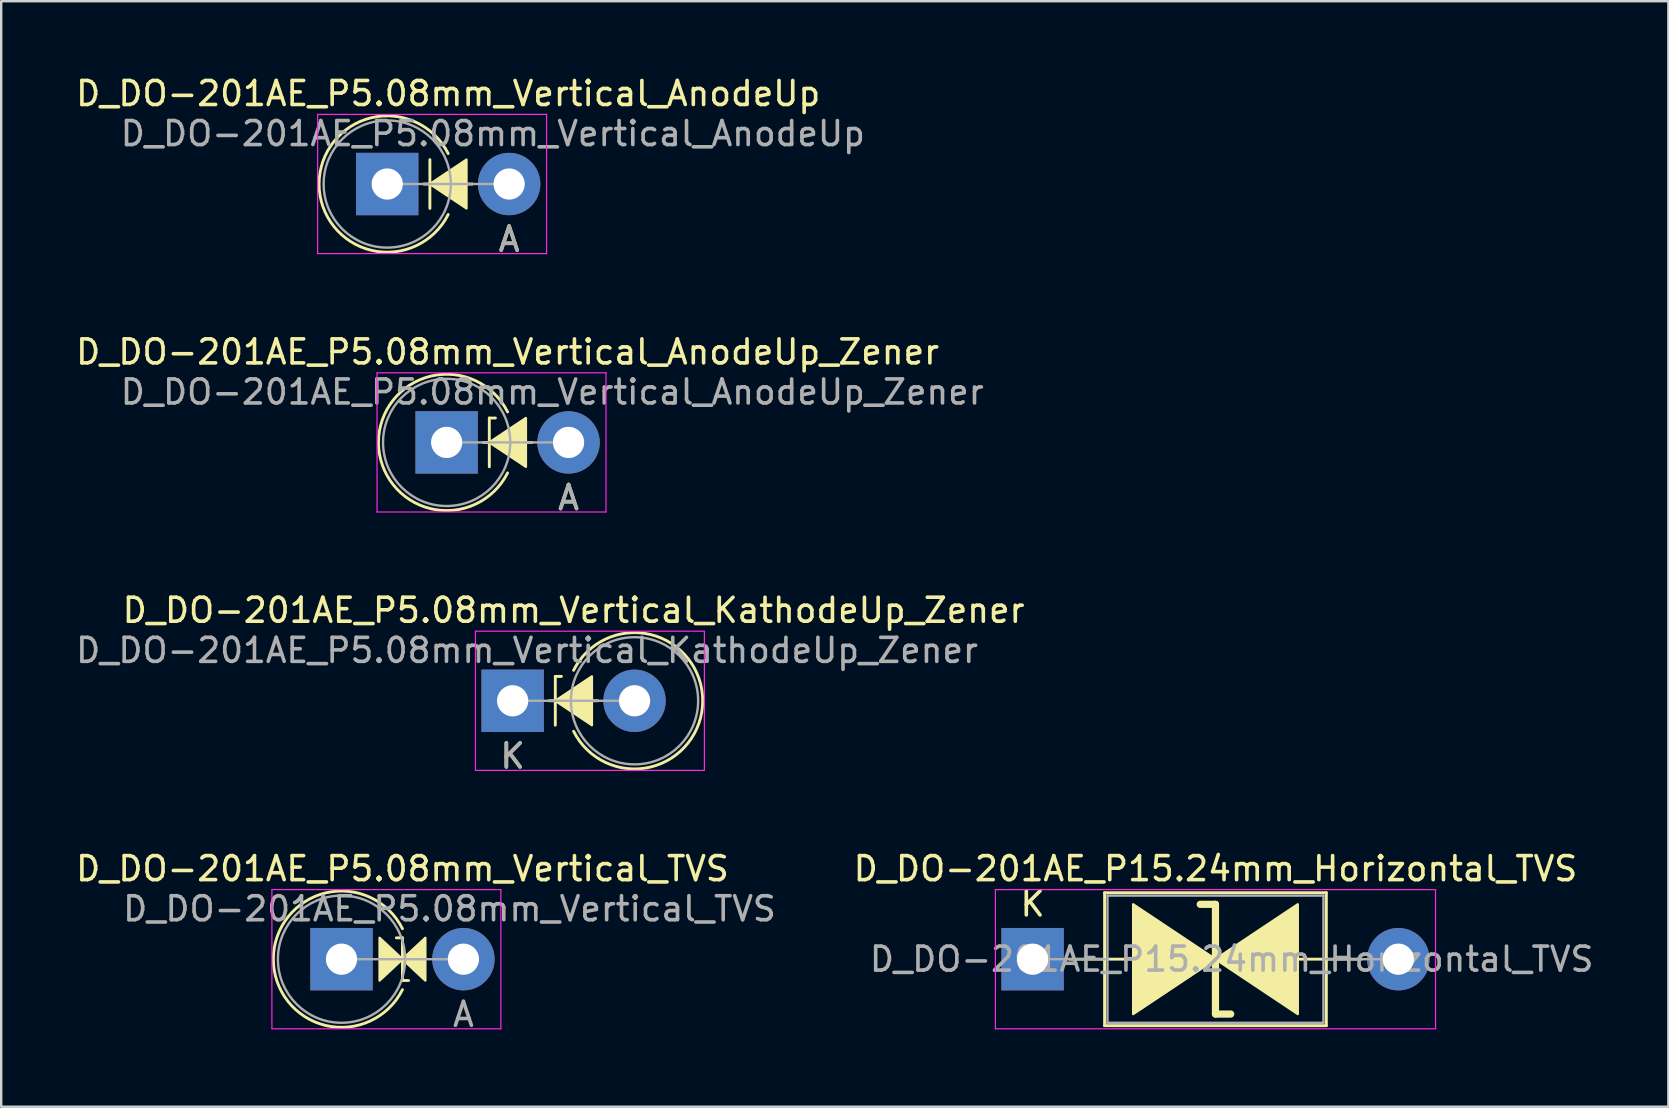
<source format=kicad_pcb>
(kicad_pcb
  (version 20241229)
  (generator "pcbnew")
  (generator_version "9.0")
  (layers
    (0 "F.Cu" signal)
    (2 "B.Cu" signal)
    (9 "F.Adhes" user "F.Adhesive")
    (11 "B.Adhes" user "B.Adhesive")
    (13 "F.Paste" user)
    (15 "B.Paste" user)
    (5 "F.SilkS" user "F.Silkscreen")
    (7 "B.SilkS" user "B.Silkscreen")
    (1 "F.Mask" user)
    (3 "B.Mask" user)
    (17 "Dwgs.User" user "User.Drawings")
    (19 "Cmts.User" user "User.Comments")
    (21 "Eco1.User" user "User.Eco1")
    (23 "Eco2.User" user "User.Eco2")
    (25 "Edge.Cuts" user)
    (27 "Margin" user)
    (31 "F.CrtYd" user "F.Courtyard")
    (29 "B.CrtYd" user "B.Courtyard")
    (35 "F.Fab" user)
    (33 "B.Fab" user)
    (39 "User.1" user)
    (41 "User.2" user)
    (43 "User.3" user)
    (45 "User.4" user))
  (footprint "D_DO-201AE_P5.08mm_Vertical_AnodeUp_Zener"
    (layer "F.Cu")
    (at 15.561 15.385)
    (property "Reference" "D_DO-201AE_P5.08mm_Vertical_AnodeUp_Zener" (at 2.54 -3.77 0) (layer "F.SilkS") (effects (font (size 1 1) (thickness 0.15))))
    (attr through_hole)
    (fp_line (start 1.524 0) (end 3.556 0) (stroke (width 0.12) (type solid)) (layer "F.SilkS"))
    (fp_line (start 1.778 -1.016) (end 2.032 -1.016) (stroke (width 0.12) (type solid)) (layer "F.SilkS"))
    (fp_line (start 1.778 1.016) (end 1.778 -1.016) (stroke (width 0.12) (type solid)) (layer "F.SilkS"))
    (fp_arc (start 2.539999 1.27) (mid -2.839805 0.000001) (end 2.539999 -1.269999) (stroke (width 0.12) (type solid)) (layer "F.SilkS"))
    (fp_poly (pts (xy 3.302 1.016) (xy 1.778 0) (xy 3.302 -1.016)) (stroke (width 0.1) (type solid)) (fill yes) (layer "F.SilkS"))
    (fp_line (start -2.9 -2.9) (end -2.9 2.9) (stroke (width 0.05) (type solid)) (layer "F.CrtYd"))
    (fp_line (start -2.9 2.9) (end 6.64 2.9) (stroke (width 0.05) (type solid)) (layer "F.CrtYd"))
    (fp_line (start 6.64 -2.9) (end -2.9 -2.9) (stroke (width 0.05) (type solid)) (layer "F.CrtYd"))
    (fp_line (start 6.64 2.9) (end 6.64 -2.9) (stroke (width 0.05) (type solid)) (layer "F.CrtYd"))
    (fp_line (start 0 0) (end 5.08 0) (stroke (width 0.1) (type solid)) (layer "F.Fab"))
    (fp_circle (center 0 0) (end 2.65 0) (stroke (width 0.1) (type solid)) (fill no) (layer "F.Fab"))
    (fp_text user "A" (at 5.08 2.3 0) (layer "F.SilkS") (effects (font (size 1 1) (thickness 0.15))))
    (fp_text user "A" (at 5.08 2.3 0) (layer "F.Fab") (effects (font (size 1 1) (thickness 0.15))))
    (fp_text user "${REFERENCE}" (at 4.4 -2.1 0) (layer "F.Fab") (effects (font (size 1 1) (thickness 0.15))))
    (pad "1" thru_hole rect (at 0 0) (size 2.6 2.6) (drill 1.3) (layers "*.Cu" "*.Mask"))
    (pad "2" thru_hole oval (at 5.08 0) (size 2.6 2.6) (drill 1.3) (layers "*.Cu" "*.Mask")))
  (footprint "D_DO-201AE_P5.08mm_Vertical_AnodeUp"
    (layer "F.Cu")
    (at 13.085 4.618)
    (property "Reference" "D_DO-201AE_P5.08mm_Vertical_AnodeUp" (at 2.54 -3.77 0) (layer "F.SilkS") (effects (font (size 1 1) (thickness 0.15))))
    (attr through_hole)
    (fp_line (start 1.524 0) (end 3.556 0) (stroke (width 0.12) (type solid)) (layer "F.SilkS"))
    (fp_line (start 1.778 1.016) (end 1.778 -1.016) (stroke (width 0.12) (type solid)) (layer "F.SilkS"))
    (fp_arc (start 2.539999 1.27) (mid -2.839805 0.000001) (end 2.539999 -1.269999) (stroke (width 0.12) (type solid)) (layer "F.SilkS"))
    (fp_poly (pts (xy 3.302 1.016) (xy 1.778 0) (xy 3.302 -1.016)) (stroke (width 0.1) (type solid)) (fill yes) (layer "F.SilkS"))
    (fp_line (start -2.9 -2.9) (end -2.9 2.9) (stroke (width 0.05) (type solid)) (layer "F.CrtYd"))
    (fp_line (start -2.9 2.9) (end 6.64 2.9) (stroke (width 0.05) (type solid)) (layer "F.CrtYd"))
    (fp_line (start 6.64 -2.9) (end -2.9 -2.9) (stroke (width 0.05) (type solid)) (layer "F.CrtYd"))
    (fp_line (start 6.64 2.9) (end 6.64 -2.9) (stroke (width 0.05) (type solid)) (layer "F.CrtYd"))
    (fp_line (start 0 0) (end 5.08 0) (stroke (width 0.1) (type solid)) (layer "F.Fab"))
    (fp_circle (center 0 0) (end 2.65 0) (stroke (width 0.1) (type solid)) (fill no) (layer "F.Fab"))
    (fp_text user "A" (at 5.08 2.3 0) (layer "F.SilkS") (effects (font (size 1 1) (thickness 0.15))))
    (fp_text user "${REFERENCE}" (at 4.4 -2.1 0) (layer "F.Fab") (effects (font (size 1 1) (thickness 0.15))))
    (fp_text user "A" (at 5.08 2.3 0) (layer "F.Fab") (effects (font (size 1 1) (thickness 0.15))))
    (pad "1" thru_hole rect (at 0 0) (size 2.6 2.6) (drill 1.3) (layers "*.Cu" "*.Mask"))
    (pad "2" thru_hole oval (at 5.08 0) (size 2.6 2.6) (drill 1.3) (layers "*.Cu" "*.Mask")))
  (footprint "D_DO-201AE_P5.08mm_Vertical_KathodeUp_Zener"
    (layer "F.Cu")
    (at 18.311 26.151)
    (property "Reference" "D_DO-201AE_P5.08mm_Vertical_KathodeUp_Zener" (at 2.54 -3.77 0) (layer "F.SilkS") (effects (font (size 1 1) (thickness 0.15))))
    (attr through_hole)
    (fp_line (start 1.524 0) (end 3.556 0) (stroke (width 0.12) (type solid)) (layer "F.SilkS"))
    (fp_line (start 1.778 -1.016) (end 2.032 -1.016) (stroke (width 0.12) (type solid)) (layer "F.SilkS"))
    (fp_line (start 1.778 1.016) (end 1.778 -1.016) (stroke (width 0.12) (type solid)) (layer "F.SilkS"))
    (fp_arc (start 2.54 -1.269999) (mid 7.919804 0) (end 2.54 1.27) (stroke (width 0.12) (type solid)) (layer "F.SilkS"))
    (fp_poly (pts (xy 3.302 1.016) (xy 1.778 0) (xy 3.302 -1.016)) (stroke (width 0.1) (type solid)) (fill yes) (layer "F.SilkS"))
    (fp_line (start -1.55 -2.9) (end -1.55 2.9) (stroke (width 0.05) (type solid)) (layer "F.CrtYd"))
    (fp_line (start -1.55 2.9) (end 7.99 2.9) (stroke (width 0.05) (type solid)) (layer "F.CrtYd"))
    (fp_line (start 7.99 -2.9) (end -1.55 -2.9) (stroke (width 0.05) (type solid)) (layer "F.CrtYd"))
    (fp_line (start 7.99 2.9) (end 7.99 -2.9) (stroke (width 0.05) (type solid)) (layer "F.CrtYd"))
    (fp_line (start 0 0) (end 5.08 0) (stroke (width 0.1) (type solid)) (layer "F.Fab"))
    (fp_circle (center 5.08 0) (end 7.73 0) (stroke (width 0.1) (type solid)) (fill no) (layer "F.Fab"))
    (fp_text user "K" (at 0 2.3 0) (layer "F.SilkS") (effects (font (size 1 1) (thickness 0.15))))
    (fp_text user "K" (at 0 2.3 0) (layer "F.Fab") (effects (font (size 1 1) (thickness 0.15))))
    (fp_text user "${REFERENCE}" (at 0.6 -2.1 0) (layer "F.Fab") (effects (font (size 1 1) (thickness 0.15))))
    (pad "1" thru_hole rect (at 0 0) (size 2.6 2.6) (drill 1.3) (layers "*.Cu" "*.Mask"))
    (pad "2" thru_hole oval (at 5.08 0) (size 2.6 2.6) (drill 1.3) (layers "*.Cu" "*.Mask")))
  (footprint "D_DO-201AE_P5.08mm_Vertical_TVS"
    (layer "F.Cu")
    (at 11.18 36.918)
    (property "Reference" "D_DO-201AE_P5.08mm_Vertical_TVS" (at 2.54 -3.77 0) (layer "F.SilkS") (effects (font (size 1 1) (thickness 0.15))))
    (attr through_hole)
    (fp_line (start 2.54 -0.889) (end 2.286 -0.889) (stroke (width 0.12) (type solid)) (layer "F.SilkS"))
    (fp_line (start 2.54 -0.889) (end 2.54 0.889) (stroke (width 0.12) (type solid)) (layer "F.SilkS"))
    (fp_line (start 2.54 0.889) (end 2.794 0.889) (stroke (width 0.12) (type solid)) (layer "F.SilkS"))
    (fp_arc (start 2.539999 1.27) (mid -2.839805 0.000001) (end 2.539999 -1.269999) (stroke (width 0.12) (type solid)) (layer "F.SilkS"))
    (fp_poly (pts (xy 1.587 -0.889) (xy 2.54 0) (xy 1.587 0.889)) (stroke (width 0.1) (type solid)) (fill yes) (layer "F.SilkS"))
    (fp_poly (pts (xy 3.493 0.889) (xy 2.54 0) (xy 3.493 -0.889)) (stroke (width 0.1) (type solid)) (fill yes) (layer "F.SilkS"))
    (fp_line (start -2.9 -2.9) (end -2.9 2.9) (stroke (width 0.05) (type solid)) (layer "F.CrtYd"))
    (fp_line (start -2.9 2.9) (end 6.64 2.9) (stroke (width 0.05) (type solid)) (layer "F.CrtYd"))
    (fp_line (start 6.64 -2.9) (end -2.9 -2.9) (stroke (width 0.05) (type solid)) (layer "F.CrtYd"))
    (fp_line (start 6.64 2.9) (end 6.64 -2.9) (stroke (width 0.05) (type solid)) (layer "F.CrtYd"))
    (fp_line (start 0 0) (end 5.08 0) (stroke (width 0.1) (type solid)) (layer "F.Fab"))
    (fp_circle (center 0 0) (end 2.65 0) (stroke (width 0.1) (type solid)) (fill no) (layer "F.Fab"))
    (fp_text user "${REFERENCE}" (at 4.5 -2.1 0) (layer "F.Fab") (effects (font (size 1 1) (thickness 0.15))))
    (fp_text user "A" (at 5.08 2.3 0) (layer "F.Fab") (effects (font (size 1 1) (thickness 0.15))))
    (pad "1" thru_hole rect (at 0 0) (size 2.6 2.6) (drill 1.3) (layers "*.Cu" "*.Mask"))
    (pad "2" thru_hole oval (at 5.08 0) (size 2.6 2.6) (drill 1.3) (layers "*.Cu" "*.Mask")))
  (footprint "D_DO-201AE_P15.24mm_Horizontal_TVS"
    (layer "F.Cu")
    (at 39.977 36.918)
    (property "Reference" "D_DO-201AE_P15.24mm_Horizontal_TVS" (at 7.62 -3.77 0) (layer "F.SilkS") (effects (font (size 1 1) (thickness 0.15))))
    (attr through_hole)
    (fp_line (start 1.54 0) (end 3 0) (stroke (width 0.12) (type solid)) (layer "F.SilkS"))
    (fp_line (start 3 -2.77) (end 3 2.77) (stroke (width 0.12) (type solid)) (layer "F.SilkS"))
    (fp_line (start 3 0) (end 4.191 0) (stroke (width 0.12) (type solid)) (layer "F.SilkS"))
    (fp_line (start 3 2.77) (end 12.24 2.77) (stroke (width 0.12) (type solid)) (layer "F.SilkS"))
    (fp_line (start 7.62 -2.286) (end 6.985 -2.286) (stroke (width 0.3) (type solid)) (layer "F.SilkS"))
    (fp_line (start 7.62 2.286) (end 7.62 -2.286) (stroke (width 0.3) (type solid)) (layer "F.SilkS"))
    (fp_line (start 8.255 2.286) (end 7.62 2.286) (stroke (width 0.3) (type solid)) (layer "F.SilkS"))
    (fp_line (start 11.049 0) (end 12.24 0) (stroke (width 0.12) (type solid)) (layer "F.SilkS"))
    (fp_line (start 12.24 -2.77) (end 3 -2.77) (stroke (width 0.12) (type solid)) (layer "F.SilkS"))
    (fp_line (start 12.24 2.77) (end 12.24 -2.77) (stroke (width 0.12) (type solid)) (layer "F.SilkS"))
    (fp_line (start 13.7 0) (end 12.24 0) (stroke (width 0.12) (type solid)) (layer "F.SilkS"))
    (fp_poly (pts (xy 7.62 0) (xy 4.191 2.286) (xy 4.191 -2.286)) (stroke (width 0.1) (type solid)) (fill yes) (layer "F.SilkS"))
    (fp_poly (pts (xy 7.62 0) (xy 11.049 -2.286) (xy 11.049 2.286)) (stroke (width 0.1) (type solid)) (fill yes) (layer "F.SilkS"))
    (fp_line (start -1.55 -2.9) (end -1.55 2.9) (stroke (width 0.05) (type solid)) (layer "F.CrtYd"))
    (fp_line (start -1.55 2.9) (end 16.79 2.9) (stroke (width 0.05) (type solid)) (layer "F.CrtYd"))
    (fp_line (start 16.79 -2.9) (end -1.55 -2.9) (stroke (width 0.05) (type solid)) (layer "F.CrtYd"))
    (fp_line (start 16.79 2.9) (end 16.79 -2.9) (stroke (width 0.05) (type solid)) (layer "F.CrtYd"))
    (fp_line (start 0 0) (end 3.12 0) (stroke (width 0.1) (type solid)) (layer "F.Fab"))
    (fp_line (start 3.12 -2.65) (end 3.12 2.65) (stroke (width 0.1) (type solid)) (layer "F.Fab"))
    (fp_line (start 3.12 2.65) (end 12.12 2.65) (stroke (width 0.1) (type solid)) (layer "F.Fab"))
    (fp_line (start 12.12 -2.65) (end 3.12 -2.65) (stroke (width 0.1) (type solid)) (layer "F.Fab"))
    (fp_line (start 12.12 2.65) (end 12.12 -2.65) (stroke (width 0.1) (type solid)) (layer "F.Fab"))
    (fp_line (start 15.24 0) (end 12.12 0) (stroke (width 0.1) (type solid)) (layer "F.Fab"))
    (fp_text user "K" (at 0 -2.3 0) (layer "F.SilkS") (effects (font (size 1 1) (thickness 0.15))))
    (fp_text user "${REFERENCE}" (at 8.295 0 0) (layer "F.Fab") (effects (font (size 1 1) (thickness 0.15))))
    (pad "1" thru_hole rect (at 0 0) (size 2.6 2.6) (drill 1.3) (layers "*.Cu" "*.Mask"))
    (pad "2" thru_hole oval (at 15.24 0) (size 2.6 2.6) (drill 1.3) (layers "*.Cu" "*.Mask")))
  (gr_rect
    (start -3 -3)
    (end 66.468 43.066)
    (stroke (width 0.1) (type default))
    (fill no)
    (layer "Edge.Cuts")))
</source>
